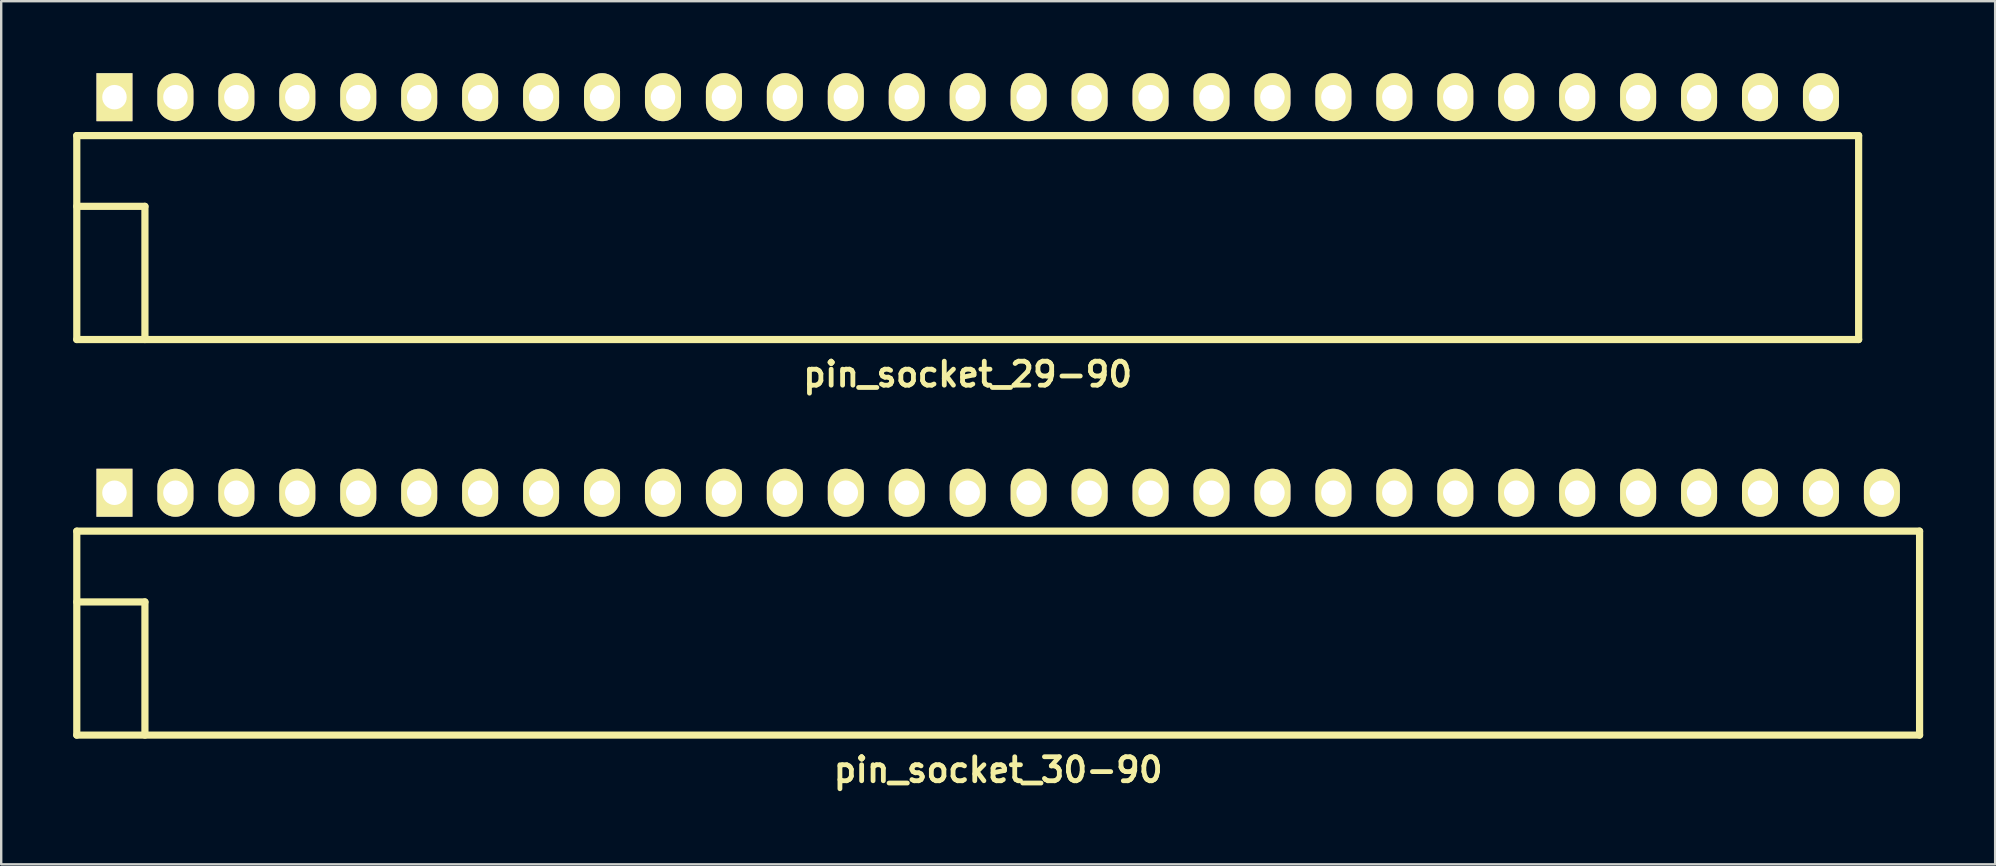
<source format=kicad_pcb>
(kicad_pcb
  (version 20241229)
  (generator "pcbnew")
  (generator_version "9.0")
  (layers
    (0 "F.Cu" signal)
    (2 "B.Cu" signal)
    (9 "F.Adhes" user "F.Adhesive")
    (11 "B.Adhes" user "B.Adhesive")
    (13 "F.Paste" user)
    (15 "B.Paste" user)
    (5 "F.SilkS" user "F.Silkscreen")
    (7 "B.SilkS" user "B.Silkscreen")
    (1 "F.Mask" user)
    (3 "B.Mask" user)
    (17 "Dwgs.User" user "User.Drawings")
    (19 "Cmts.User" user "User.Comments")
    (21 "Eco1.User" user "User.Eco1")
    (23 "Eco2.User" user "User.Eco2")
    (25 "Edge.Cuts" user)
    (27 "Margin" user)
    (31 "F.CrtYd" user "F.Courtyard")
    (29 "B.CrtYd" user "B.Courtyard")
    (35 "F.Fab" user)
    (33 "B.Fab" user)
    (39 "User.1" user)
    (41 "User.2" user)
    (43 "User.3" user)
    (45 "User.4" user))
  (footprint "pin_socket_29-90"
    (layer "F.Cu")
    (at 37.28 5.55)
    (property "Reference" "pin_socket_29-90" (at 0 7 0) (layer "F.SilkS") (effects (font (size 1 1) (thickness 0.2))))
    (attr through_hole)
    (fp_line (start -37.13 -2.95) (end -37.13 5.55) (stroke (width 0.3) (type solid)) (layer "F.SilkS"))
    (fp_line (start -37.13 -2.95) (end 37.13 -2.95) (stroke (width 0.3) (type solid)) (layer "F.SilkS"))
    (fp_line (start -37.13 0) (end -34.29 0) (stroke (width 0.3) (type solid)) (layer "F.SilkS"))
    (fp_line (start -37.13 5.55) (end 37.13 5.55) (stroke (width 0.3) (type solid)) (layer "F.SilkS"))
    (fp_line (start -34.29 0) (end -34.29 5.55) (stroke (width 0.3) (type solid)) (layer "F.SilkS"))
    (fp_line (start 37.13 -2.95) (end 37.13 5.55) (stroke (width 0.3) (type solid)) (layer "F.SilkS"))
    (pad "1" thru_hole rect (at -35.56 -4.55) (size 1.5 2) (drill 1.02) (layers "*.Cu" "*.Mask" "F.SilkS"))
    (pad "2" thru_hole oval (at -33.02 -4.55) (size 1.5 2) (drill 1.02) (layers "*.Cu" "*.Mask" "F.SilkS"))
    (pad "3" thru_hole oval (at -30.48 -4.55) (size 1.5 2) (drill 1.02) (layers "*.Cu" "*.Mask" "F.SilkS"))
    (pad "4" thru_hole oval (at -27.94 -4.55) (size 1.5 2) (drill 1.02) (layers "*.Cu" "*.Mask" "F.SilkS"))
    (pad "5" thru_hole oval (at -25.4 -4.55) (size 1.5 2) (drill 1.02) (layers "*.Cu" "*.Mask" "F.SilkS"))
    (pad "6" thru_hole oval (at -22.86 -4.55) (size 1.5 2) (drill 1.02) (layers "*.Cu" "*.Mask" "F.SilkS"))
    (pad "7" thru_hole oval (at -20.32 -4.55) (size 1.5 2) (drill 1.02) (layers "*.Cu" "*.Mask" "F.SilkS"))
    (pad "8" thru_hole oval (at -17.78 -4.55) (size 1.5 2) (drill 1.02) (layers "*.Cu" "*.Mask" "F.SilkS"))
    (pad "9" thru_hole oval (at -15.24 -4.55) (size 1.5 2) (drill 1.02) (layers "*.Cu" "*.Mask" "F.SilkS"))
    (pad "10" thru_hole oval (at -12.7 -4.55) (size 1.5 2) (drill 1.02) (layers "*.Cu" "*.Mask" "F.SilkS"))
    (pad "12" thru_hole oval (at -7.62 -4.55) (size 1.5 2) (drill 1.02) (layers "*.Cu" "*.Mask" "F.SilkS"))
    (pad "13" thru_hole oval (at -5.08 -4.55) (size 1.5 2) (drill 1.02) (layers "*.Cu" "*.Mask" "F.SilkS"))
    (pad "14" thru_hole oval (at -2.54 -4.55) (size 1.5 2) (drill 1.02) (layers "*.Cu" "*.Mask" "F.SilkS"))
    (pad "15" thru_hole oval (at 0 -4.55) (size 1.5 2) (drill 1.02) (layers "*.Cu" "*.Mask" "F.SilkS"))
    (pad "16" thru_hole oval (at 2.54 -4.55) (size 1.5 2) (drill 1.02) (layers "*.Cu" "*.Mask" "F.SilkS"))
    (pad "17" thru_hole oval (at 5.08 -4.55) (size 1.5 2) (drill 1.02) (layers "*.Cu" "*.Mask" "F.SilkS"))
    (pad "18" thru_hole oval (at 7.62 -4.55) (size 1.5 2) (drill 1.02) (layers "*.Cu" "*.Mask" "F.SilkS"))
    (pad "19" thru_hole oval (at 10.16 -4.55) (size 1.5 2) (drill 1.02) (layers "*.Cu" "*.Mask" "F.SilkS"))
    (pad "20" thru_hole oval (at 12.7 -4.55) (size 1.5 2) (drill 1.02) (layers "*.Cu" "*.Mask" "F.SilkS"))
    (pad "21" thru_hole oval (at 15.24 -4.55) (size 1.5 2) (drill 1.02) (layers "*.Cu" "*.Mask" "F.SilkS"))
    (pad "22" thru_hole oval (at 17.78 -4.55) (size 1.5 2) (drill 1.02) (layers "*.Cu" "*.Mask" "F.SilkS"))
    (pad "23" thru_hole oval (at 20.32 -4.55) (size 1.5 2) (drill 1.02) (layers "*.Cu" "*.Mask" "F.SilkS"))
    (pad "24" thru_hole oval (at 22.86 -4.55) (size 1.5 2) (drill 1.02) (layers "*.Cu" "*.Mask" "F.SilkS"))
    (pad "25" thru_hole oval (at 25.4 -4.55) (size 1.5 2) (drill 1.02) (layers "*.Cu" "*.Mask" "F.SilkS"))
    (pad "26" thru_hole oval (at 27.94 -4.55) (size 1.5 2) (drill 1.02) (layers "*.Cu" "*.Mask" "F.SilkS"))
    (pad "27" thru_hole oval (at 30.48 -4.55) (size 1.5 2) (drill 1.02) (layers "*.Cu" "*.Mask" "F.SilkS"))
    (pad "28" thru_hole oval (at 33.02 -4.55) (size 1.5 2) (drill 1.02) (layers "*.Cu" "*.Mask" "F.SilkS"))
    (pad "29" thru_hole oval (at 35.56 -4.55) (size 1.5 2) (drill 1.02) (layers "*.Cu" "*.Mask" "F.SilkS"))
    (pad "1121" thru_hole oval (at -10.16 -4.55) (size 1.5 2) (drill 1.02) (layers "*.Cu" "*.Mask" "F.SilkS")))
  (footprint "pin_socket_30-90"
    (layer "F.Cu")
    (at 38.55 22.036)
    (property "Reference" "pin_socket_30-90" (at 0 7 0) (layer "F.SilkS") (effects (font (size 1 1) (thickness 0.2))))
    (attr through_hole)
    (fp_line (start -38.4 -2.95) (end -38.4 5.55) (stroke (width 0.3) (type solid)) (layer "F.SilkS"))
    (fp_line (start -38.4 -2.95) (end 38.4 -2.95) (stroke (width 0.3) (type solid)) (layer "F.SilkS"))
    (fp_line (start -38.4 0) (end -35.56 0) (stroke (width 0.3) (type solid)) (layer "F.SilkS"))
    (fp_line (start -38.4 5.55) (end 38.4 5.55) (stroke (width 0.3) (type solid)) (layer "F.SilkS"))
    (fp_line (start -35.56 0) (end -35.56 5.55) (stroke (width 0.3) (type solid)) (layer "F.SilkS"))
    (fp_line (start 38.4 -2.95) (end 38.4 5.55) (stroke (width 0.3) (type solid)) (layer "F.SilkS"))
    (pad "1" thru_hole rect (at -36.83 -4.55) (size 1.5 2) (drill 1.02) (layers "*.Cu" "*.Mask" "F.SilkS"))
    (pad "2" thru_hole oval (at -34.29 -4.55) (size 1.5 2) (drill 1.02) (layers "*.Cu" "*.Mask" "F.SilkS"))
    (pad "3" thru_hole oval (at -31.75 -4.55) (size 1.5 2) (drill 1.02) (layers "*.Cu" "*.Mask" "F.SilkS"))
    (pad "4" thru_hole oval (at -29.21 -4.55) (size 1.5 2) (drill 1.02) (layers "*.Cu" "*.Mask" "F.SilkS"))
    (pad "5" thru_hole oval (at -26.67 -4.55) (size 1.5 2) (drill 1.02) (layers "*.Cu" "*.Mask" "F.SilkS"))
    (pad "6" thru_hole oval (at -24.13 -4.55) (size 1.5 2) (drill 1.02) (layers "*.Cu" "*.Mask" "F.SilkS"))
    (pad "7" thru_hole oval (at -21.59 -4.55) (size 1.5 2) (drill 1.02) (layers "*.Cu" "*.Mask" "F.SilkS"))
    (pad "8" thru_hole oval (at -19.05 -4.55) (size 1.5 2) (drill 1.02) (layers "*.Cu" "*.Mask" "F.SilkS"))
    (pad "9" thru_hole oval (at -16.51 -4.55) (size 1.5 2) (drill 1.02) (layers "*.Cu" "*.Mask" "F.SilkS"))
    (pad "10" thru_hole oval (at -13.97 -4.55) (size 1.5 2) (drill 1.02) (layers "*.Cu" "*.Mask" "F.SilkS"))
    (pad "12" thru_hole oval (at -8.89 -4.55) (size 1.5 2) (drill 1.02) (layers "*.Cu" "*.Mask" "F.SilkS"))
    (pad "13" thru_hole oval (at -6.35 -4.55) (size 1.5 2) (drill 1.02) (layers "*.Cu" "*.Mask" "F.SilkS"))
    (pad "14" thru_hole oval (at -3.81 -4.55) (size 1.5 2) (drill 1.02) (layers "*.Cu" "*.Mask" "F.SilkS"))
    (pad "15" thru_hole oval (at -1.27 -4.55) (size 1.5 2) (drill 1.02) (layers "*.Cu" "*.Mask" "F.SilkS"))
    (pad "16" thru_hole oval (at 1.27 -4.55) (size 1.5 2) (drill 1.02) (layers "*.Cu" "*.Mask" "F.SilkS"))
    (pad "17" thru_hole oval (at 3.81 -4.55) (size 1.5 2) (drill 1.02) (layers "*.Cu" "*.Mask" "F.SilkS"))
    (pad "18" thru_hole oval (at 6.35 -4.55) (size 1.5 2) (drill 1.02) (layers "*.Cu" "*.Mask" "F.SilkS"))
    (pad "19" thru_hole oval (at 8.89 -4.55) (size 1.5 2) (drill 1.02) (layers "*.Cu" "*.Mask" "F.SilkS"))
    (pad "20" thru_hole oval (at 11.43 -4.55) (size 1.5 2) (drill 1.02) (layers "*.Cu" "*.Mask" "F.SilkS"))
    (pad "21" thru_hole oval (at 13.97 -4.55) (size 1.5 2) (drill 1.02) (layers "*.Cu" "*.Mask" "F.SilkS"))
    (pad "22" thru_hole oval (at 16.51 -4.55) (size 1.5 2) (drill 1.02) (layers "*.Cu" "*.Mask" "F.SilkS"))
    (pad "23" thru_hole oval (at 19.05 -4.55) (size 1.5 2) (drill 1.02) (layers "*.Cu" "*.Mask" "F.SilkS"))
    (pad "24" thru_hole oval (at 21.59 -4.55) (size 1.5 2) (drill 1.02) (layers "*.Cu" "*.Mask" "F.SilkS"))
    (pad "25" thru_hole oval (at 24.13 -4.55) (size 1.5 2) (drill 1.02) (layers "*.Cu" "*.Mask" "F.SilkS"))
    (pad "26" thru_hole oval (at 26.67 -4.55) (size 1.5 2) (drill 1.02) (layers "*.Cu" "*.Mask" "F.SilkS"))
    (pad "27" thru_hole oval (at 29.21 -4.55) (size 1.5 2) (drill 1.02) (layers "*.Cu" "*.Mask" "F.SilkS"))
    (pad "28" thru_hole oval (at 31.75 -4.55) (size 1.5 2) (drill 1.02) (layers "*.Cu" "*.Mask" "F.SilkS"))
    (pad "29" thru_hole oval (at 34.29 -4.55) (size 1.5 2) (drill 1.02) (layers "*.Cu" "*.Mask" "F.SilkS"))
    (pad "30" thru_hole oval (at 36.83 -4.55) (size 1.5 2) (drill 1.02) (layers "*.Cu" "*.Mask" "F.SilkS"))
    (pad "1121" thru_hole oval (at -11.43 -4.55) (size 1.5 2) (drill 1.02) (layers "*.Cu" "*.Mask" "F.SilkS")))
  (gr_rect
    (start -3 -3)
    (end 80.1 32.972)
    (stroke (width 0.1) (type default))
    (fill no)
    (layer "Edge.Cuts")))
</source>
